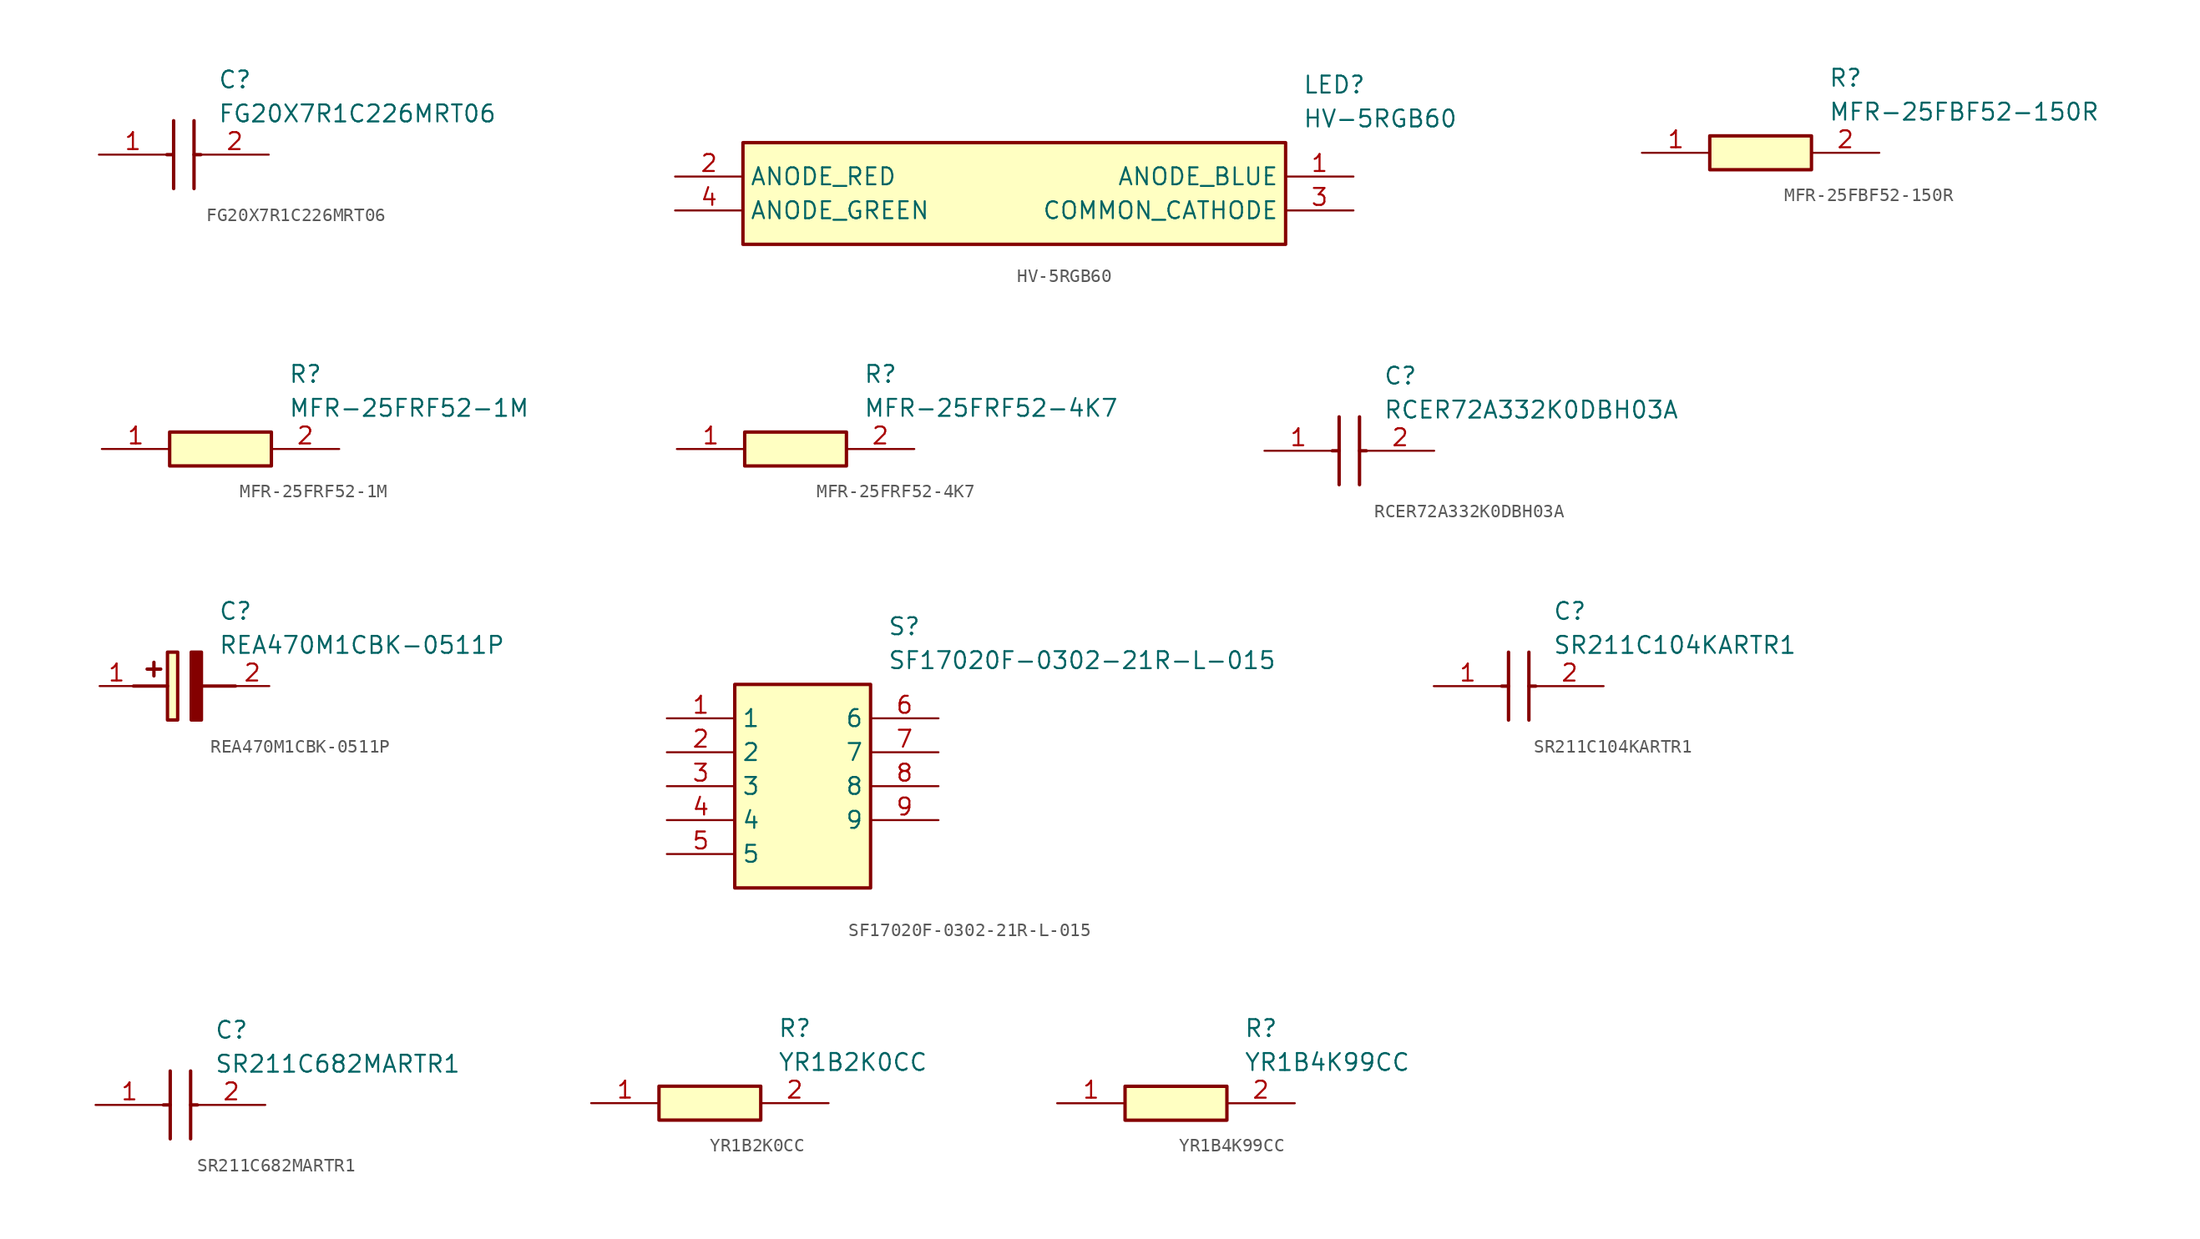
<source format=kicad_sym>
(kicad_symbol_lib
  (version 20220914)
  (generator SamacSys_ECAD_Model)
  (symbol "FG20X7R1C226MRT06"
    (pin_names hide)
    (property "Reference" "C"
      (at 8.89 6.35 0)
      (effects (font (size 1.27 1.27)) (justify left top)))
    (property "Value" "FG20X7R1C226MRT06"
      (at 8.89 3.81 0)
      (effects (font (size 1.27 1.27)) (justify left top)))
    (polyline
      (pts (xy 5.588 2.54) (xy 5.588 -2.54))
      (stroke (width 0.254) (type default))
      (fill (type none)))
    (polyline
      (pts (xy 7.112 2.54) (xy 7.112 -2.54))
      (stroke (width 0.254) (type default))
      (fill (type none)))
    (polyline
      (pts (xy 5.08 0) (xy 5.588 0))
      (stroke (width 0.254) (type default))
      (fill (type none)))
    (polyline
      (pts (xy 7.112 0) (xy 7.62 0))
      (stroke (width 0.254) (type default))
      (fill (type none)))
    (pin passive line
      (at 0 0 0)
      (length 5.08)
      (name "1" (effects (font (size 1.27 1.27))))
      (number "1" (effects (font (size 1.27 1.27)))))
    (pin passive line
      (at 12.7 0 180)
      (length 5.08)
      (name "2" (effects (font (size 1.27 1.27))))
      (number "2" (effects (font (size 1.27 1.27))))))
  (symbol "HV-5RGB60"
    (property "Reference" "LED"
      (at 46.99 7.62 0)
      (effects (font (size 1.27 1.27)) (justify left top)))
    (property "Value" "HV-5RGB60"
      (at 46.99 5.08 0)
      (effects (font (size 1.27 1.27)) (justify left top)))
    (rectangle
      (start 5.08 2.54)
      (end 45.72 -5.08)
      (stroke (width 0.254) (type default))
      (fill (type background)))
    (pin passive line
      (at 50.8 0 180)
      (length 5.08)
      (name "ANODE_BLUE" (effects (font (size 1.27 1.27))))
      (number "1" (effects (font (size 1.27 1.27)))))
    (pin passive line
      (at 0 0 0)
      (length 5.08)
      (name "ANODE_RED" (effects (font (size 1.27 1.27))))
      (number "2" (effects (font (size 1.27 1.27)))))
    (pin passive line
      (at 50.8 -2.54 180)
      (length 5.08)
      (name "COMMON_CATHODE" (effects (font (size 1.27 1.27))))
      (number "3" (effects (font (size 1.27 1.27)))))
    (pin passive line
      (at 0 -2.54 0)
      (length 5.08)
      (name "ANODE_GREEN" (effects (font (size 1.27 1.27))))
      (number "4" (effects (font (size 1.27 1.27))))))
  (symbol "MFR-25FBF52-150R"
    (pin_names hide)
    (property "Reference" "R"
      (at 13.97 6.35 0)
      (effects (font (size 1.27 1.27)) (justify left top)))
    (property "Value" "MFR-25FBF52-150R"
      (at 13.97 3.81 0)
      (effects (font (size 1.27 1.27)) (justify left top)))
    (rectangle
      (start 5.08 1.27)
      (end 12.7 -1.27)
      (stroke (width 0.254) (type default))
      (fill (type background)))
    (pin passive line
      (at 0 0 0)
      (length 5.08)
      (name "1" (effects (font (size 1.27 1.27))))
      (number "1" (effects (font (size 1.27 1.27)))))
    (pin passive line
      (at 17.78 0 180)
      (length 5.08)
      (name "2" (effects (font (size 1.27 1.27))))
      (number "2" (effects (font (size 1.27 1.27))))))
  (symbol "MFR-25FRF52-1M"
    (pin_names hide)
    (property "Reference" "R"
      (at 13.97 6.35 0)
      (effects (font (size 1.27 1.27)) (justify left top)))
    (property "Value" "MFR-25FRF52-1M"
      (at 13.97 3.81 0)
      (effects (font (size 1.27 1.27)) (justify left top)))
    (rectangle
      (start 5.08 1.27)
      (end 12.7 -1.27)
      (stroke (width 0.254) (type default))
      (fill (type background)))
    (pin passive line
      (at 0 0 0)
      (length 5.08)
      (name "1" (effects (font (size 1.27 1.27))))
      (number "1" (effects (font (size 1.27 1.27)))))
    (pin passive line
      (at 17.78 0 180)
      (length 5.08)
      (name "2" (effects (font (size 1.27 1.27))))
      (number "2" (effects (font (size 1.27 1.27))))))
  (symbol "MFR-25FRF52-4K7"
    (pin_names hide)
    (property "Reference" "R"
      (at 13.97 6.35 0)
      (effects (font (size 1.27 1.27)) (justify left top)))
    (property "Value" "MFR-25FRF52-4K7"
      (at 13.97 3.81 0)
      (effects (font (size 1.27 1.27)) (justify left top)))
    (rectangle
      (start 5.08 1.27)
      (end 12.7 -1.27)
      (stroke (width 0.254) (type default))
      (fill (type background)))
    (pin passive line
      (at 0 0 0)
      (length 5.08)
      (name "1" (effects (font (size 1.27 1.27))))
      (number "1" (effects (font (size 1.27 1.27)))))
    (pin passive line
      (at 17.78 0 180)
      (length 5.08)
      (name "2" (effects (font (size 1.27 1.27))))
      (number "2" (effects (font (size 1.27 1.27))))))
  (symbol "RCER72A332K0DBH03A"
    (pin_names hide)
    (property "Reference" "C"
      (at 8.89 6.35 0)
      (effects (font (size 1.27 1.27)) (justify left top)))
    (property "Value" "RCER72A332K0DBH03A"
      (at 8.89 3.81 0)
      (effects (font (size 1.27 1.27)) (justify left top)))
    (polyline
      (pts (xy 5.588 2.54) (xy 5.588 -2.54))
      (stroke (width 0.254) (type default))
      (fill (type none)))
    (polyline
      (pts (xy 7.112 2.54) (xy 7.112 -2.54))
      (stroke (width 0.254) (type default))
      (fill (type none)))
    (polyline
      (pts (xy 5.08 0) (xy 5.588 0))
      (stroke (width 0.254) (type default))
      (fill (type none)))
    (polyline
      (pts (xy 7.112 0) (xy 7.62 0))
      (stroke (width 0.254) (type default))
      (fill (type none)))
    (pin passive line
      (at 0 0 0)
      (length 5.08)
      (name "1" (effects (font (size 1.27 1.27))))
      (number "1" (effects (font (size 1.27 1.27)))))
    (pin passive line
      (at 12.7 0 180)
      (length 5.08)
      (name "2" (effects (font (size 1.27 1.27))))
      (number "2" (effects (font (size 1.27 1.27))))))
  (symbol "REA470M1CBK-0511P"
    (pin_names hide)
    (property "Reference" "C"
      (at 8.89 6.35 0)
      (effects (font (size 1.27 1.27)) (justify left top)))
    (property "Value" "REA470M1CBK-0511P"
      (at 8.89 3.81 0)
      (effects (font (size 1.27 1.27)) (justify left top)))
    (rectangle
      (start 5.08 2.54)
      (end 5.842 -2.54)
      (stroke (width 0.254) (type default))
      (fill (type background)))
    (polyline
      (pts (xy 4.572 1.27) (xy 3.556 1.27))
      (stroke (width 0.254) (type default))
      (fill (type none)))
    (polyline
      (pts (xy 4.064 1.778) (xy 4.064 0.762))
      (stroke (width 0.254) (type default))
      (fill (type none)))
    (polyline
      (pts (xy 2.54 0) (xy 5.08 0))
      (stroke (width 0.254) (type default))
      (fill (type none)))
    (polyline
      (pts (xy 7.62 0) (xy 10.16 0))
      (stroke (width 0.254) (type default))
      (fill (type none)))
    (polyline
      (pts (xy 7.62 2.54) (xy 7.62 -2.54) (xy 6.858 -2.54) (xy 6.858 2.54) (xy 7.62 2.54))
      (stroke (width 0.254) (type default))
      (fill (type outline)))
    (pin passive line
      (at 0 0 0)
      (length 2.54)
      (name "+" (effects (font (size 1.27 1.27))))
      (number "1" (effects (font (size 1.27 1.27)))))
    (pin passive line
      (at 12.7 0 180)
      (length 2.54)
      (name "-" (effects (font (size 1.27 1.27))))
      (number "2" (effects (font (size 1.27 1.27))))))
  (symbol "SF17020F-0302-21R-L-015"
    (property "Reference" "S"
      (at 16.51 7.62 0)
      (effects (font (size 1.27 1.27)) (justify left top)))
    (property "Value" "SF17020F-0302-21R-L-015"
      (at 16.51 5.08 0)
      (effects (font (size 1.27 1.27)) (justify left top)))
    (rectangle
      (start 5.08 2.54)
      (end 15.24 -12.7)
      (stroke (width 0.254) (type default))
      (fill (type background)))
    (pin passive line
      (at 0 0 0)
      (length 5.08)
      (name "1" (effects (font (size 1.27 1.27))))
      (number "1" (effects (font (size 1.27 1.27)))))
    (pin passive line
      (at 0 -2.54 0)
      (length 5.08)
      (name "2" (effects (font (size 1.27 1.27))))
      (number "2" (effects (font (size 1.27 1.27)))))
    (pin passive line
      (at 0 -5.08 0)
      (length 5.08)
      (name "3" (effects (font (size 1.27 1.27))))
      (number "3" (effects (font (size 1.27 1.27)))))
    (pin passive line
      (at 0 -7.62 0)
      (length 5.08)
      (name "4" (effects (font (size 1.27 1.27))))
      (number "4" (effects (font (size 1.27 1.27)))))
    (pin passive line
      (at 0 -10.16 0)
      (length 5.08)
      (name "5" (effects (font (size 1.27 1.27))))
      (number "5" (effects (font (size 1.27 1.27)))))
    (pin passive line
      (at 20.32 0 180)
      (length 5.08)
      (name "6" (effects (font (size 1.27 1.27))))
      (number "6" (effects (font (size 1.27 1.27)))))
    (pin passive line
      (at 20.32 -2.54 180)
      (length 5.08)
      (name "7" (effects (font (size 1.27 1.27))))
      (number "7" (effects (font (size 1.27 1.27)))))
    (pin passive line
      (at 20.32 -5.08 180)
      (length 5.08)
      (name "8" (effects (font (size 1.27 1.27))))
      (number "8" (effects (font (size 1.27 1.27)))))
    (pin passive line
      (at 20.32 -7.62 180)
      (length 5.08)
      (name "9" (effects (font (size 1.27 1.27))))
      (number "9" (effects (font (size 1.27 1.27))))))
  (symbol "SR211C104KARTR1"
    (pin_names hide)
    (property "Reference" "C"
      (at 8.89 6.35 0)
      (effects (font (size 1.27 1.27)) (justify left top)))
    (property "Value" "SR211C104KARTR1"
      (at 8.89 3.81 0)
      (effects (font (size 1.27 1.27)) (justify left top)))
    (polyline
      (pts (xy 5.588 2.54) (xy 5.588 -2.54))
      (stroke (width 0.254) (type default))
      (fill (type none)))
    (polyline
      (pts (xy 7.112 2.54) (xy 7.112 -2.54))
      (stroke (width 0.254) (type default))
      (fill (type none)))
    (polyline
      (pts (xy 5.08 0) (xy 5.588 0))
      (stroke (width 0.254) (type default))
      (fill (type none)))
    (polyline
      (pts (xy 7.112 0) (xy 7.62 0))
      (stroke (width 0.254) (type default))
      (fill (type none)))
    (pin passive line
      (at 0 0 0)
      (length 5.08)
      (name "1" (effects (font (size 1.27 1.27))))
      (number "1" (effects (font (size 1.27 1.27)))))
    (pin passive line
      (at 12.7 0 180)
      (length 5.08)
      (name "2" (effects (font (size 1.27 1.27))))
      (number "2" (effects (font (size 1.27 1.27))))))
  (symbol "SR211C682MARTR1"
    (pin_names hide)
    (property "Reference" "C"
      (at 8.89 6.35 0)
      (effects (font (size 1.27 1.27)) (justify left top)))
    (property "Value" "SR211C682MARTR1"
      (at 8.89 3.81 0)
      (effects (font (size 1.27 1.27)) (justify left top)))
    (polyline
      (pts (xy 5.588 2.54) (xy 5.588 -2.54))
      (stroke (width 0.254) (type default))
      (fill (type none)))
    (polyline
      (pts (xy 7.112 2.54) (xy 7.112 -2.54))
      (stroke (width 0.254) (type default))
      (fill (type none)))
    (polyline
      (pts (xy 5.08 0) (xy 5.588 0))
      (stroke (width 0.254) (type default))
      (fill (type none)))
    (polyline
      (pts (xy 7.112 0) (xy 7.62 0))
      (stroke (width 0.254) (type default))
      (fill (type none)))
    (pin passive line
      (at 0 0 0)
      (length 5.08)
      (name "1" (effects (font (size 1.27 1.27))))
      (number "1" (effects (font (size 1.27 1.27)))))
    (pin passive line
      (at 12.7 0 180)
      (length 5.08)
      (name "2" (effects (font (size 1.27 1.27))))
      (number "2" (effects (font (size 1.27 1.27))))))
  (symbol "YR1B2K0CC"
    (pin_names hide)
    (property "Reference" "R"
      (at 13.97 6.35 0)
      (effects (font (size 1.27 1.27)) (justify left top)))
    (property "Value" "YR1B2K0CC"
      (at 13.97 3.81 0)
      (effects (font (size 1.27 1.27)) (justify left top)))
    (rectangle
      (start 5.08 1.27)
      (end 12.7 -1.27)
      (stroke (width 0.254) (type default))
      (fill (type background)))
    (pin passive line
      (at 0 0 0)
      (length 5.08)
      (name "1" (effects (font (size 1.27 1.27))))
      (number "1" (effects (font (size 1.27 1.27)))))
    (pin passive line
      (at 17.78 0 180)
      (length 5.08)
      (name "2" (effects (font (size 1.27 1.27))))
      (number "2" (effects (font (size 1.27 1.27))))))
  (symbol "YR1B4K99CC"
    (pin_names hide)
    (property "Reference" "R"
      (at 13.97 6.35 0)
      (effects (font (size 1.27 1.27)) (justify left top)))
    (property "Value" "YR1B4K99CC"
      (at 13.97 3.81 0)
      (effects (font (size 1.27 1.27)) (justify left top)))
    (rectangle
      (start 5.08 1.27)
      (end 12.7 -1.27)
      (stroke (width 0.254) (type default))
      (fill (type background)))
    (pin passive line
      (at 0 0 0)
      (length 5.08)
      (name "1" (effects (font (size 1.27 1.27))))
      (number "1" (effects (font (size 1.27 1.27)))))
    (pin passive line
      (at 17.78 0 180)
      (length 5.08)
      (name "2" (effects (font (size 1.27 1.27))))
      (number "2" (effects (font (size 1.27 1.27)))))))
</source>
